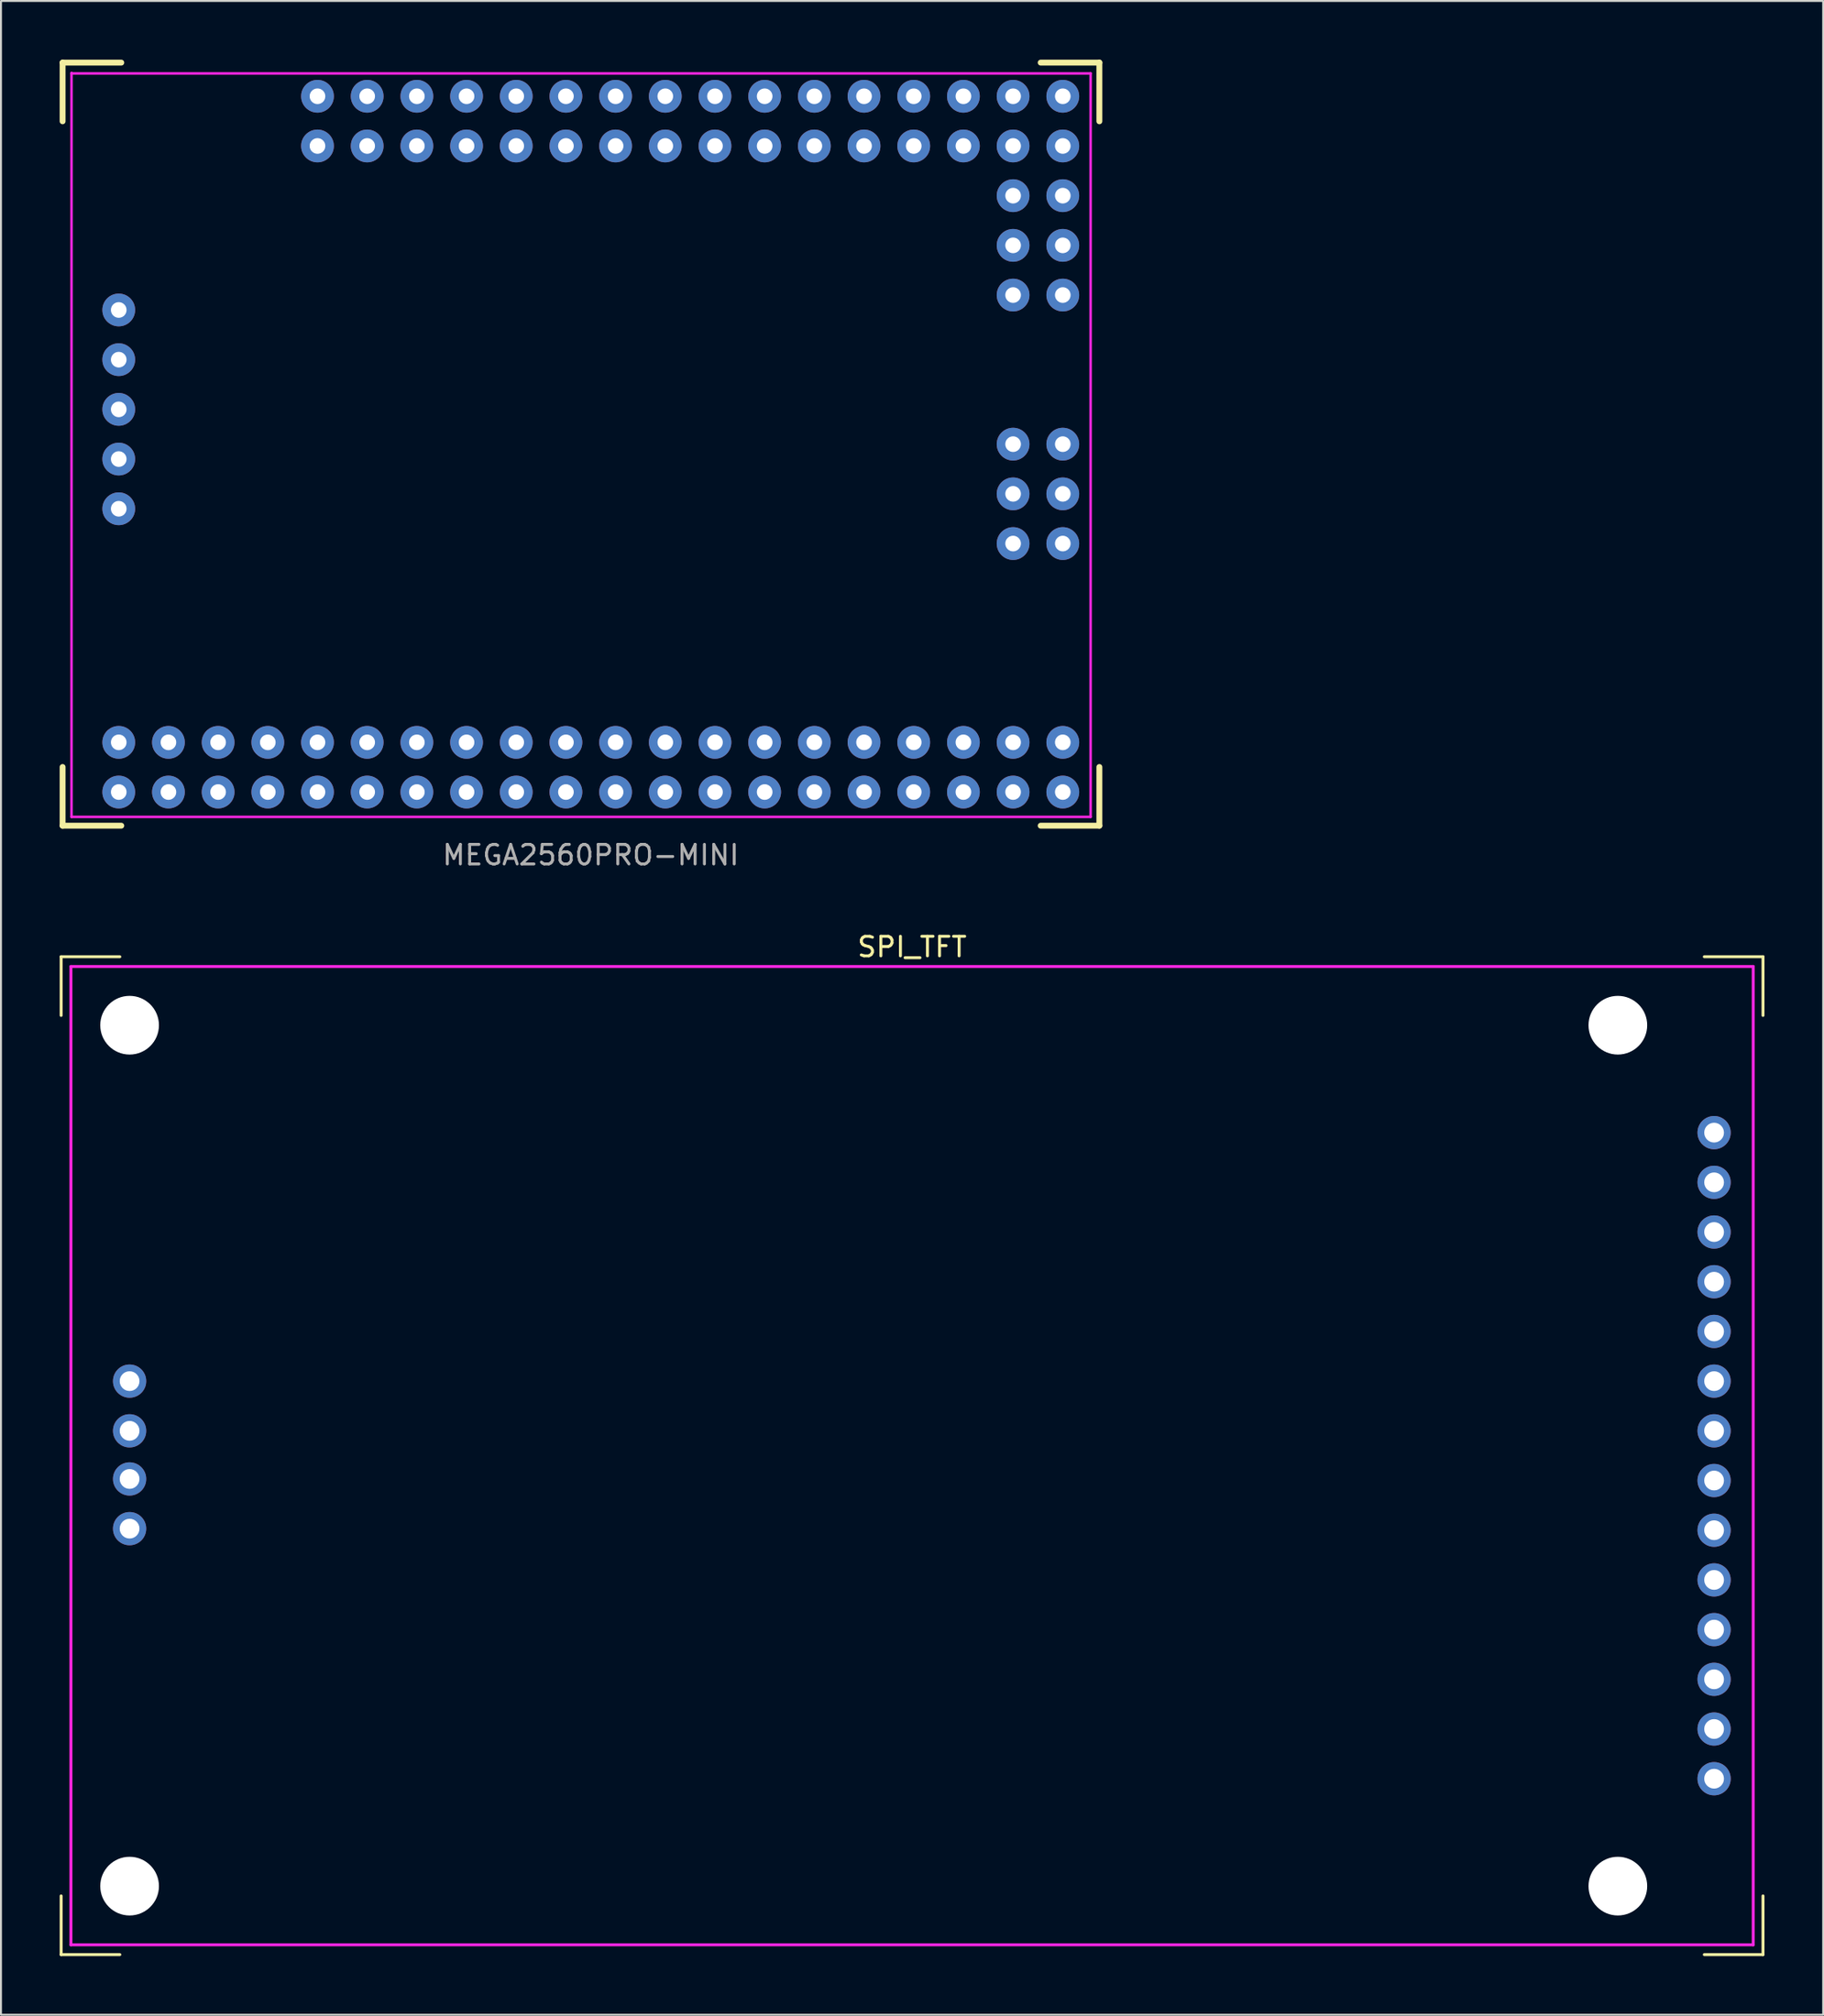
<source format=kicad_pcb>
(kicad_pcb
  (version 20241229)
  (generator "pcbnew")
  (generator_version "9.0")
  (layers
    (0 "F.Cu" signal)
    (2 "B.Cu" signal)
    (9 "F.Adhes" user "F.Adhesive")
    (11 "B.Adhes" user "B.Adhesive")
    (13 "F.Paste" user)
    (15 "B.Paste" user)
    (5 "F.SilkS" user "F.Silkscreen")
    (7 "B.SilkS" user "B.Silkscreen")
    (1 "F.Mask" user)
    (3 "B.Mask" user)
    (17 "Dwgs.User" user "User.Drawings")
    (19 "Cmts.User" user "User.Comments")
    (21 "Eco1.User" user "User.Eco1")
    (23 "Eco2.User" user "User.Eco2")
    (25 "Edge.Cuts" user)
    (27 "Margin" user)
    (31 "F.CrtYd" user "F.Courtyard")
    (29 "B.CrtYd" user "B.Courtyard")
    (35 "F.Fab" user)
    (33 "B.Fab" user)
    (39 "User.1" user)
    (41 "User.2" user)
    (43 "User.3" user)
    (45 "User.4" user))
  (footprint "SPI_TFT"
    (layer "F.Cu")
    (at 43.575 71.347)
    (property "Reference" "SPI_TFT" (at 0 -26 0) (layer "F.SilkS") (effects (font (size 1 1) (thickness 0.15))))
    (attr through_hole)
    (fp_line (start -43.5 -25.5) (end -43.5 -22.5) (stroke (width 0.15) (type solid)) (layer "F.SilkS"))
    (fp_line (start -43.5 -25.5) (end -40.5 -25.5) (stroke (width 0.15) (type solid)) (layer "F.SilkS"))
    (fp_line (start -43.5 25.5) (end -43.5 22.5) (stroke (width 0.15) (type solid)) (layer "F.SilkS"))
    (fp_line (start -43.5 25.5) (end -40.5 25.5) (stroke (width 0.15) (type solid)) (layer "F.SilkS"))
    (fp_line (start 43.5 -25.5) (end 40.5 -25.5) (stroke (width 0.15) (type solid)) (layer "F.SilkS"))
    (fp_line (start 43.5 -25.5) (end 43.5 -22.5) (stroke (width 0.15) (type solid)) (layer "F.SilkS"))
    (fp_line (start 43.5 25.5) (end 40.5 25.5) (stroke (width 0.15) (type solid)) (layer "F.SilkS"))
    (fp_line (start 43.5 25.5) (end 43.5 22.5) (stroke (width 0.15) (type solid)) (layer "F.SilkS"))
    (fp_line (start -43 -25) (end -43 25) (stroke (width 0.15) (type solid)) (layer "F.CrtYd"))
    (fp_line (start -43 25) (end 43 25) (stroke (width 0.15) (type solid)) (layer "F.CrtYd"))
    (fp_line (start 43 -25) (end -43 -25) (stroke (width 0.15) (type solid)) (layer "F.CrtYd"))
    (fp_line (start 43 25) (end 43 -25) (stroke (width 0.15) (type solid)) (layer "F.CrtYd"))
    (pad "" np_thru_hole circle (at -40 -22) (size 3 3) (drill 3) (layers "*.Cu" "*.Mask"))
    (pad "" np_thru_hole circle (at -40 22) (size 3 3) (drill 3) (layers "*.Cu" "*.Mask"))
    (pad "" np_thru_hole circle (at 36.08 -22) (size 3 3) (drill 3) (layers "*.Cu" "*.Mask"))
    (pad "" np_thru_hole circle (at 36.08 22) (size 3 3) (drill 3) (layers "*.Cu" "*.Mask"))
    (pad "1" thru_hole circle (at 41 -16.51) (size 1.7 1.7) (drill 1.01) (layers "*.Cu" "*.Mask"))
    (pad "2" thru_hole circle (at 41 -13.97) (size 1.7 1.7) (drill 1.01) (layers "*.Cu" "*.Mask"))
    (pad "3" thru_hole circle (at 41 -11.43) (size 1.7 1.7) (drill 1.01) (layers "*.Cu" "*.Mask"))
    (pad "4" thru_hole circle (at 41 -8.89) (size 1.7 1.7) (drill 1.01) (layers "*.Cu" "*.Mask"))
    (pad "5" thru_hole circle (at 41 -6.35) (size 1.7 1.7) (drill 1.01) (layers "*.Cu" "*.Mask"))
    (pad "6" thru_hole circle (at 41 -3.81) (size 1.7 1.7) (drill 1.01) (layers "*.Cu" "*.Mask"))
    (pad "7" thru_hole circle (at 41 -1.27) (size 1.7 1.7) (drill 1.01) (layers "*.Cu" "*.Mask"))
    (pad "8" thru_hole circle (at 41 1.27) (size 1.7 1.7) (drill 1.01) (layers "*.Cu" "*.Mask"))
    (pad "9" thru_hole circle (at 41 3.81) (size 1.7 1.7) (drill 1.01) (layers "*.Cu" "*.Mask"))
    (pad "10" thru_hole circle (at 41 6.35) (size 1.7 1.7) (drill 1.01) (layers "*.Cu" "*.Mask"))
    (pad "11" thru_hole circle (at 41 8.89) (size 1.7 1.7) (drill 1.01) (layers "*.Cu" "*.Mask"))
    (pad "12" thru_hole circle (at 41 11.43) (size 1.7 1.7) (drill 1.01) (layers "*.Cu" "*.Mask"))
    (pad "13" thru_hole circle (at 41 13.97) (size 1.7 1.7) (drill 1.01) (layers "*.Cu" "*.Mask"))
    (pad "14" thru_hole circle (at 41 16.51) (size 1.7 1.7) (drill 1.01) (layers "*.Cu" "*.Mask"))
    (pad "15" thru_hole circle (at -40 3.73) (size 1.7 1.7) (drill 1.01) (layers "*.Cu" "*.Mask"))
    (pad "16" thru_hole circle (at -40 1.19) (size 1.7 1.7) (drill 1.01) (layers "*.Cu" "*.Mask"))
    (pad "17" thru_hole circle (at -40 -1.27) (size 1.7 1.7) (drill 1.01) (layers "*.Cu" "*.Mask"))
    (pad "18" thru_hole circle (at -40 -3.81) (size 1.7 1.7) (drill 1.01) (layers "*.Cu" "*.Mask")))
  (footprint "MEGA2560PRO-MINI"
    (layer "F.Cu")
    (at 27.15 19.65)
    (property "Reference" "MEGA2560PRO-MINI" (at 0 21 0) (layer "F.Fab") (effects (font (size 1 1) (thickness 0.15))))
    (attr through_hole)
    (fp_line (start -27 -19.5) (end -27 -16.5) (stroke (width 0.3) (type solid)) (layer "F.SilkS"))
    (fp_line (start -27 -19.5) (end -24 -19.5) (stroke (width 0.3) (type solid)) (layer "F.SilkS"))
    (fp_line (start -27 19.5) (end -27 16.5) (stroke (width 0.3) (type solid)) (layer "F.SilkS"))
    (fp_line (start -27 19.5) (end -24 19.5) (stroke (width 0.3) (type solid)) (layer "F.SilkS"))
    (fp_line (start 26 -19.5) (end 23 -19.5) (stroke (width 0.3) (type solid)) (layer "F.SilkS"))
    (fp_line (start 26 -19.5) (end 26 -16.5) (stroke (width 0.3) (type solid)) (layer "F.SilkS"))
    (fp_line (start 26 19.5) (end 23 19.5) (stroke (width 0.3) (type solid)) (layer "F.SilkS"))
    (fp_line (start 26 19.5) (end 26 16.5) (stroke (width 0.3) (type solid)) (layer "F.SilkS"))
    (fp_line (start -26.543 -18.948) (end 25.552 -18.948) (stroke (width 0.127) (type solid)) (layer "F.CrtYd"))
    (fp_line (start -26.543 19.05) (end -26.543 -18.974) (stroke (width 0.127) (type solid)) (layer "F.CrtYd"))
    (fp_line (start -26.543 19.05) (end 25.552 19.05) (stroke (width 0.127) (type solid)) (layer "F.CrtYd"))
    (fp_line (start 25.552 19.05) (end 25.552 -18.948) (stroke (width 0.127) (type solid)) (layer "F.CrtYd"))
    (pad "5V@3" thru_hole circle (at 24.13 0) (size 1.676 1.676) (drill 0.8) (layers "*.Cu" "*.Mask"))
    (pad "A0" thru_hole circle (at -13.97 -17.78) (size 1.676 1.676) (drill 0.8) (layers "*.Cu" "*.Mask"))
    (pad "A1" thru_hole circle (at -13.97 -15.24) (size 1.676 1.676) (drill 0.8) (layers "*.Cu" "*.Mask"))
    (pad "A2" thru_hole circle (at -11.43 -17.78) (size 1.676 1.676) (drill 0.8) (layers "*.Cu" "*.Mask"))
    (pad "A3" thru_hole circle (at -11.43 -15.24) (size 1.676 1.676) (drill 0.8) (layers "*.Cu" "*.Mask"))
    (pad "A4" thru_hole circle (at -8.89 -17.78) (size 1.676 1.676) (drill 0.8) (layers "*.Cu" "*.Mask"))
    (pad "A5" thru_hole circle (at -8.89 -15.24) (size 1.676 1.676) (drill 0.8) (layers "*.Cu" "*.Mask"))
    (pad "A6" thru_hole circle (at -6.35 -17.78) (size 1.676 1.676) (drill 0.8) (layers "*.Cu" "*.Mask"))
    (pad "A7" thru_hole circle (at -6.35 -15.24) (size 1.676 1.676) (drill 0.8) (layers "*.Cu" "*.Mask"))
    (pad "A8" thru_hole circle (at -3.81 -17.78) (size 1.676 1.676) (drill 0.8) (layers "*.Cu" "*.Mask"))
    (pad "A9" thru_hole circle (at -3.81 -15.24) (size 1.676 1.676) (drill 0.8) (layers "*.Cu" "*.Mask"))
    (pad "A10" thru_hole circle (at -1.27 -17.78) (size 1.676 1.676) (drill 0.8) (layers "*.Cu" "*.Mask"))
    (pad "A11" thru_hole circle (at -1.27 -15.24) (size 1.676 1.676) (drill 0.8) (layers "*.Cu" "*.Mask"))
    (pad "A12" thru_hole circle (at 1.27 -17.78) (size 1.676 1.676) (drill 0.8) (layers "*.Cu" "*.Mask"))
    (pad "A13" thru_hole circle (at 1.27 -15.24) (size 1.676 1.676) (drill 0.8) (layers "*.Cu" "*.Mask"))
    (pad "A14" thru_hole circle (at 3.81 -17.78) (size 1.676 1.676) (drill 0.8) (layers "*.Cu" "*.Mask"))
    (pad "A15" thru_hole circle (at 3.81 -15.24) (size 1.676 1.676) (drill 0.8) (layers "*.Cu" "*.Mask"))
    (pad "AREF" thru_hole circle (at -16.51 15.24) (size 1.676 1.676) (drill 0.8) (layers "*.Cu" "*.Mask"))
    (pad "D2" thru_hole circle (at -11.43 15.24) (size 1.676 1.676) (drill 0.8) (layers "*.Cu" "*.Mask"))
    (pad "D3" thru_hole circle (at -11.43 17.78) (size 1.676 1.676) (drill 0.8) (layers "*.Cu" "*.Mask"))
    (pad "D4" thru_hole circle (at -8.89 15.24) (size 1.676 1.676) (drill 0.8) (layers "*.Cu" "*.Mask"))
    (pad "D5" thru_hole circle (at -8.89 17.78) (size 1.676 1.676) (drill 0.8) (layers "*.Cu" "*.Mask"))
    (pad "D6" thru_hole circle (at -6.35 15.24) (size 1.676 1.676) (drill 0.8) (layers "*.Cu" "*.Mask"))
    (pad "D7" thru_hole circle (at -6.35 17.78) (size 1.676 1.676) (drill 0.8) (layers "*.Cu" "*.Mask"))
    (pad "D8" thru_hole circle (at -3.81 15.24) (size 1.676 1.676) (drill 0.8) (layers "*.Cu" "*.Mask"))
    (pad "D9" thru_hole circle (at -3.81 17.78) (size 1.676 1.676) (drill 0.8) (layers "*.Cu" "*.Mask"))
    (pad "D10" thru_hole circle (at -1.27 15.24) (size 1.676 1.676) (drill 0.8) (layers "*.Cu" "*.Mask"))
    (pad "D11" thru_hole circle (at -1.27 17.78) (size 1.676 1.676) (drill 0.8) (layers "*.Cu" "*.Mask"))
    (pad "D12" thru_hole circle (at 1.27 15.24) (size 1.676 1.676) (drill 0.8) (layers "*.Cu" "*.Mask"))
    (pad "D13" thru_hole circle (at 1.27 17.78) (size 1.676 1.676) (drill 0.8) (layers "*.Cu" "*.Mask"))
    (pad "D14" thru_hole circle (at 3.81 15.24) (size 1.676 1.676) (drill 0.8) (layers "*.Cu" "*.Mask"))
    (pad "D15" thru_hole circle (at 3.81 17.78) (size 1.676 1.676) (drill 0.8) (layers "*.Cu" "*.Mask"))
    (pad "D16" thru_hole circle (at 6.35 15.24) (size 1.676 1.676) (drill 0.8) (layers "*.Cu" "*.Mask"))
    (pad "D17" thru_hole circle (at 6.35 17.78) (size 1.676 1.676) (drill 0.8) (layers "*.Cu" "*.Mask"))
    (pad "D18" thru_hole circle (at 8.89 15.24) (size 1.676 1.676) (drill 0.8) (layers "*.Cu" "*.Mask"))
    (pad "D19" thru_hole circle (at 8.89 17.78) (size 1.676 1.676) (drill 0.8) (layers "*.Cu" "*.Mask"))
    (pad "D20" thru_hole circle (at 11.43 15.24) (size 1.676 1.676) (drill 0.8) (layers "*.Cu" "*.Mask"))
    (pad "D21" thru_hole circle (at 11.43 17.78) (size 1.676 1.676) (drill 0.8) (layers "*.Cu" "*.Mask"))
    (pad "D22" thru_hole circle (at 13.97 15.24) (size 1.676 1.676) (drill 0.8) (layers "*.Cu" "*.Mask"))
    (pad "D23" thru_hole circle (at 13.97 17.78) (size 1.676 1.676) (drill 0.8) (layers "*.Cu" "*.Mask"))
    (pad "D24" thru_hole circle (at 16.51 15.24) (size 1.676 1.676) (drill 0.8) (layers "*.Cu" "*.Mask"))
    (pad "D25" thru_hole circle (at 16.51 17.78) (size 1.676 1.676) (drill 0.8) (layers "*.Cu" "*.Mask"))
    (pad "D26" thru_hole circle (at 19.05 15.24) (size 1.676 1.676) (drill 0.8) (layers "*.Cu" "*.Mask"))
    (pad "D27" thru_hole circle (at 19.05 17.78) (size 1.676 1.676) (drill 0.8) (layers "*.Cu" "*.Mask"))
    (pad "D28" thru_hole circle (at 21.59 15.24) (size 1.676 1.676) (drill 0.8) (layers "*.Cu" "*.Mask"))
    (pad "D29" thru_hole circle (at 21.59 17.78) (size 1.676 1.676) (drill 0.8) (layers "*.Cu" "*.Mask"))
    (pad "D30" thru_hole circle (at 24.13 15.24) (size 1.676 1.676) (drill 0.8) (layers "*.Cu" "*.Mask"))
    (pad "D31" thru_hole circle (at 24.13 17.78) (size 1.676 1.676) (drill 0.8) (layers "*.Cu" "*.Mask"))
    (pad "D32" thru_hole circle (at 6.35 -17.78) (size 1.676 1.676) (drill 0.8) (layers "*.Cu" "*.Mask"))
    (pad "D33" thru_hole circle (at 6.35 -15.24) (size 1.676 1.676) (drill 0.8) (layers "*.Cu" "*.Mask"))
    (pad "D34" thru_hole circle (at 8.89 -17.78) (size 1.676 1.676) (drill 0.8) (layers "*.Cu" "*.Mask"))
    (pad "D35" thru_hole circle (at 8.89 -15.24) (size 1.676 1.676) (drill 0.8) (layers "*.Cu" "*.Mask"))
    (pad "D36" thru_hole circle (at 11.43 -17.78) (size 1.676 1.676) (drill 0.8) (layers "*.Cu" "*.Mask"))
    (pad "D37" thru_hole circle (at 11.43 -15.24) (size 1.676 1.676) (drill 0.8) (layers "*.Cu" "*.Mask"))
    (pad "D38" thru_hole circle (at 13.97 -17.78) (size 1.676 1.676) (drill 0.8) (layers "*.Cu" "*.Mask"))
    (pad "D39" thru_hole circle (at 13.97 -15.24) (size 1.676 1.676) (drill 0.8) (layers "*.Cu" "*.Mask"))
    (pad "D40" thru_hole circle (at 16.51 -17.78) (size 1.676 1.676) (drill 0.8) (layers "*.Cu" "*.Mask"))
    (pad "D41" thru_hole circle (at 16.51 -15.24) (size 1.676 1.676) (drill 0.8) (layers "*.Cu" "*.Mask"))
    (pad "D42" thru_hole circle (at 19.05 -17.78) (size 1.676 1.676) (drill 0.8) (layers "*.Cu" "*.Mask"))
    (pad "D43" thru_hole circle (at 19.05 -15.24) (size 1.676 1.676) (drill 0.8) (layers "*.Cu" "*.Mask"))
    (pad "D44" thru_hole circle (at 21.59 -17.78) (size 1.676 1.676) (drill 0.8) (layers "*.Cu" "*.Mask"))
    (pad "D45" thru_hole circle (at 21.59 -15.24) (size 1.676 1.676) (drill 0.8) (layers "*.Cu" "*.Mask"))
    (pad "D46" thru_hole circle (at 24.13 -17.78) (size 1.676 1.676) (drill 0.8) (layers "*.Cu" "*.Mask"))
    (pad "D47" thru_hole circle (at 24.13 -15.24) (size 1.676 1.676) (drill 0.8) (layers "*.Cu" "*.Mask"))
    (pad "D48" thru_hole circle (at 24.13 -12.7) (size 1.676 1.676) (drill 0.8) (layers "*.Cu" "*.Mask"))
    (pad "D49" thru_hole circle (at 21.59 -12.7) (size 1.676 1.676) (drill 0.8) (layers "*.Cu" "*.Mask"))
    (pad "D50" thru_hole circle (at 24.13 -10.16) (size 1.676 1.676) (drill 0.8) (layers "*.Cu" "*.Mask"))
    (pad "D51" thru_hole circle (at 21.59 -10.16) (size 1.676 1.676) (drill 0.8) (layers "*.Cu" "*.Mask"))
    (pad "D52" thru_hole circle (at 24.13 -7.62) (size 1.676 1.676) (drill 0.8) (layers "*.Cu" "*.Mask"))
    (pad "D53" thru_hole circle (at 21.59 -7.62) (size 1.676 1.676) (drill 0.8) (layers "*.Cu" "*.Mask"))
    (pad "GND@1" thru_hole circle (at -21.59 17.78) (size 1.676 1.676) (drill 0.8) (layers "*.Cu" "*.Mask"))
    (pad "GND@2" thru_hole circle (at -21.59 15.24) (size 1.676 1.676) (drill 0.8) (layers "*.Cu" "*.Mask"))
    (pad "GND@3" thru_hole circle (at 24.13 5.08) (size 1.676 1.676) (drill 0.8) (layers "*.Cu" "*.Mask"))
    (pad "GND@4" thru_hole circle (at -24.13 -6.858) (size 1.676 1.676) (drill 0.8) (layers "*.Cu" "*.Mask"))
    (pad "MISO" thru_hole circle (at 21.59 0) (size 1.676 1.676) (drill 0.8) (layers "*.Cu" "*.Mask"))
    (pad "MOSI" thru_hole circle (at 24.13 2.54) (size 1.676 1.676) (drill 0.8) (layers "*.Cu" "*.Mask"))
    (pad "RESET" thru_hole circle (at 21.59 5.08) (size 1.676 1.676) (drill 0.8) (layers "*.Cu" "*.Mask"))
    (pad "RST@1" thru_hole circle (at -16.51 17.78) (size 1.676 1.676) (drill 0.8) (layers "*.Cu" "*.Mask"))
    (pad "RST@2" thru_hole circle (at -24.13 3.302) (size 1.676 1.676) (drill 0.8) (layers "*.Cu" "*.Mask"))
    (pad "RX@1" thru_hole circle (at -13.97 15.24) (size 1.676 1.676) (drill 0.8) (layers "*.Cu" "*.Mask"))
    (pad "RX@2" thru_hole circle (at -24.13 -1.778) (size 1.676 1.676) (drill 0.8) (layers "*.Cu" "*.Mask"))
    (pad "SCK" thru_hole circle (at 21.59 2.54) (size 1.676 1.676) (drill 0.8) (layers "*.Cu" "*.Mask"))
    (pad "TX@1" thru_hole circle (at -13.97 17.78) (size 1.676 1.676) (drill 0.8) (layers "*.Cu" "*.Mask"))
    (pad "TX@2" thru_hole circle (at -24.13 0.762) (size 1.676 1.676) (drill 0.8) (layers "*.Cu" "*.Mask"))
    (pad "VCC@1" thru_hole circle (at -19.05 17.78) (size 1.676 1.676) (drill 0.8) (layers "*.Cu" "*.Mask"))
    (pad "VCC@2" thru_hole circle (at -19.05 15.24) (size 1.676 1.676) (drill 0.8) (layers "*.Cu" "*.Mask"))
    (pad "VCC@3" thru_hole circle (at -24.13 -4.318) (size 1.676 1.676) (drill 0.8) (layers "*.Cu" "*.Mask"))
    (pad "VIN@1" thru_hole circle (at -24.13 17.78) (size 1.676 1.676) (drill 0.8) (layers "*.Cu" "*.Mask"))
    (pad "VIN@2" thru_hole circle (at -24.13 15.24) (size 1.676 1.676) (drill 0.8) (layers "*.Cu" "*.Mask")))
  (gr_rect
    (start -3 -3)
    (end 90.15 99.921)
    (stroke (width 0.1) (type default))
    (fill no)
    (layer "Edge.Cuts")))
</source>
